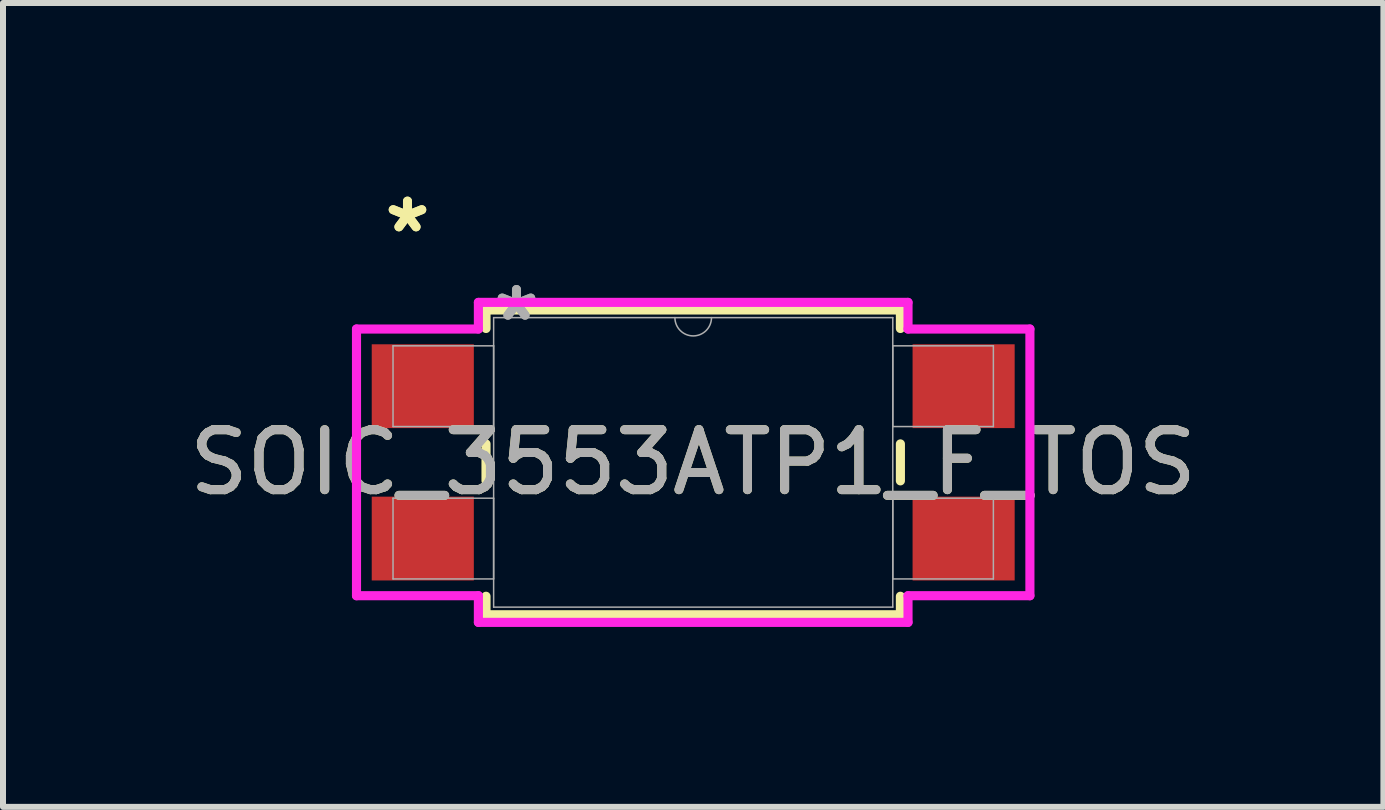
<source format=kicad_pcb>
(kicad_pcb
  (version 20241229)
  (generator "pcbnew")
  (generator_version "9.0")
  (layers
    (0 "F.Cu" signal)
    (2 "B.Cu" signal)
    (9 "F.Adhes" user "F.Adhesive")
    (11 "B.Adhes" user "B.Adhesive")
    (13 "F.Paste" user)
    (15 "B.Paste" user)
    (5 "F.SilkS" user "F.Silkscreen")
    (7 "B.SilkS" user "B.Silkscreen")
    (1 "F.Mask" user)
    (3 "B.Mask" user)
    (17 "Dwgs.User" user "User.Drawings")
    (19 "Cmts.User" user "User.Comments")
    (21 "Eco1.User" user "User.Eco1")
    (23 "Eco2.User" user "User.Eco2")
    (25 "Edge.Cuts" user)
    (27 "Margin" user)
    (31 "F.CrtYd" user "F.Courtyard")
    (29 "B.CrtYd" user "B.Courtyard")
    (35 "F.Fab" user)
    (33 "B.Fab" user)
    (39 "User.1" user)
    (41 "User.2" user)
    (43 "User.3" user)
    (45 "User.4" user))
  (footprint "SOIC_3553ATP1_F_TOS"
    (layer "F.Cu")
    (at 8.506 4.658)
    (property "Reference" "SOIC_3553ATP1_F_TOS" (at 0 0 0) (unlocked yes) (layer "F.SilkS") (effects (font (size 1 1) (thickness 0.15))))
    (attr smd)
    (fp_line (start -3.454 -2.54) (end -3.454 -2.232) (stroke (width 0.152) (type solid)) (layer "F.SilkS"))
    (fp_line (start -3.454 -0.308) (end -3.454 0.308) (stroke (width 0.152) (type solid)) (layer "F.SilkS"))
    (fp_line (start -3.454 2.232) (end -3.454 2.54) (stroke (width 0.152) (type solid)) (layer "F.SilkS"))
    (fp_line (start -3.454 2.54) (end 3.454 2.54) (stroke (width 0.152) (type solid)) (layer "F.SilkS"))
    (fp_line (start 3.454 -2.54) (end -3.454 -2.54) (stroke (width 0.152) (type solid)) (layer "F.SilkS"))
    (fp_line (start 3.454 -2.232) (end 3.454 -2.54) (stroke (width 0.152) (type solid)) (layer "F.SilkS"))
    (fp_line (start 3.454 0.308) (end 3.454 -0.308) (stroke (width 0.152) (type solid)) (layer "F.SilkS"))
    (fp_line (start 3.454 2.54) (end 3.454 2.232) (stroke (width 0.152) (type solid)) (layer "F.SilkS"))
    (fp_line (start -5.613 -2.223) (end -3.581 -2.223) (stroke (width 0.152) (type solid)) (layer "F.CrtYd"))
    (fp_line (start -5.613 2.223) (end -5.613 -2.223) (stroke (width 0.152) (type solid)) (layer "F.CrtYd"))
    (fp_line (start -5.613 2.223) (end -3.581 2.223) (stroke (width 0.152) (type solid)) (layer "F.CrtYd"))
    (fp_line (start -3.581 -2.667) (end 3.581 -2.667) (stroke (width 0.152) (type solid)) (layer "F.CrtYd"))
    (fp_line (start -3.581 -2.223) (end -3.581 -2.667) (stroke (width 0.152) (type solid)) (layer "F.CrtYd"))
    (fp_line (start -3.581 2.667) (end -3.581 2.223) (stroke (width 0.152) (type solid)) (layer "F.CrtYd"))
    (fp_line (start 3.581 -2.667) (end 3.581 -2.223) (stroke (width 0.152) (type solid)) (layer "F.CrtYd"))
    (fp_line (start 3.581 2.223) (end 3.581 2.667) (stroke (width 0.152) (type solid)) (layer "F.CrtYd"))
    (fp_line (start 3.581 2.667) (end -3.581 2.667) (stroke (width 0.152) (type solid)) (layer "F.CrtYd"))
    (fp_line (start 5.613 -2.223) (end 3.581 -2.223) (stroke (width 0.152) (type solid)) (layer "F.CrtYd"))
    (fp_line (start 5.613 -2.223) (end 5.613 2.223) (stroke (width 0.152) (type solid)) (layer "F.CrtYd"))
    (fp_line (start 5.613 2.223) (end 3.581 2.223) (stroke (width 0.152) (type solid)) (layer "F.CrtYd"))
    (fp_line (start -5.004 -1.943) (end -5.004 -0.597) (stroke (width 0.025) (type solid)) (layer "F.Fab"))
    (fp_line (start -5.004 -0.597) (end -3.327 -0.597) (stroke (width 0.025) (type solid)) (layer "F.Fab"))
    (fp_line (start -5.004 0.597) (end -5.004 1.943) (stroke (width 0.025) (type solid)) (layer "F.Fab"))
    (fp_line (start -5.004 1.943) (end -3.327 1.943) (stroke (width 0.025) (type solid)) (layer "F.Fab"))
    (fp_line (start -3.327 -2.413) (end -3.327 2.413) (stroke (width 0.025) (type solid)) (layer "F.Fab"))
    (fp_line (start -3.327 -1.943) (end -5.004 -1.943) (stroke (width 0.025) (type solid)) (layer "F.Fab"))
    (fp_line (start -3.327 -0.597) (end -3.327 -1.943) (stroke (width 0.025) (type solid)) (layer "F.Fab"))
    (fp_line (start -3.327 0.597) (end -5.004 0.597) (stroke (width 0.025) (type solid)) (layer "F.Fab"))
    (fp_line (start -3.327 1.943) (end -3.327 0.597) (stroke (width 0.025) (type solid)) (layer "F.Fab"))
    (fp_line (start -3.327 2.413) (end 3.327 2.413) (stroke (width 0.025) (type solid)) (layer "F.Fab"))
    (fp_line (start 3.327 -2.413) (end -3.327 -2.413) (stroke (width 0.025) (type solid)) (layer "F.Fab"))
    (fp_line (start 3.327 -1.943) (end 3.327 -0.597) (stroke (width 0.025) (type solid)) (layer "F.Fab"))
    (fp_line (start 3.327 -0.597) (end 5.004 -0.597) (stroke (width 0.025) (type solid)) (layer "F.Fab"))
    (fp_line (start 3.327 0.597) (end 3.327 1.943) (stroke (width 0.025) (type solid)) (layer "F.Fab"))
    (fp_line (start 3.327 1.943) (end 5.004 1.943) (stroke (width 0.025) (type solid)) (layer "F.Fab"))
    (fp_line (start 3.327 2.413) (end 3.327 -2.413) (stroke (width 0.025) (type solid)) (layer "F.Fab"))
    (fp_line (start 5.004 -1.943) (end 3.327 -1.943) (stroke (width 0.025) (type solid)) (layer "F.Fab"))
    (fp_line (start 5.004 -0.597) (end 5.004 -1.943) (stroke (width 0.025) (type solid)) (layer "F.Fab"))
    (fp_line (start 5.004 0.597) (end 3.327 0.597) (stroke (width 0.025) (type solid)) (layer "F.Fab"))
    (fp_line (start 5.004 1.943) (end 5.004 0.597) (stroke (width 0.025) (type solid)) (layer "F.Fab"))
    (fp_arc (start 0.3048 -2.413) (mid 0 -2.1082) (end -0.3048 -2.413) (stroke (width 0.0254) (type solid)) (layer "F.Fab"))
    (fp_text user "*" (at -4.763 -3.81 0) (layer "F.SilkS") (effects (font (size 1 1) (thickness 0.15))))
    (fp_text user "*" (at -4.763 -3.81 0) (unlocked yes) (layer "F.SilkS") (effects (font (size 1 1) (thickness 0.15))))
    (fp_text user "*" (at -2.946 -2.337 0) (layer "F.Fab") (effects (font (size 1 1) (thickness 0.15))))
    (fp_text user "${REFERENCE}" (at 0 0 0) (unlocked yes) (layer "F.Fab") (effects (font (size 1 1) (thickness 0.15))))
    (fp_text user "*" (at -2.946 -2.337 0) (unlocked yes) (layer "F.Fab") (effects (font (size 1 1) (thickness 0.15))))
    (pad "1" smd rect (at -4.508 -1.27) (size 1.702 1.397) (layers "F.Cu" "F.Mask" "F.Paste"))
    (pad "2" smd rect (at -4.508 1.27) (size 1.702 1.397) (layers "F.Cu" "F.Mask" "F.Paste"))
    (pad "3" smd rect (at 4.508 1.27) (size 1.702 1.397) (layers "F.Cu" "F.Mask" "F.Paste"))
    (pad "4" smd rect (at 4.508 -1.27) (size 1.702 1.397) (layers "F.Cu" "F.Mask" "F.Paste")))
  (gr_rect
    (start -3 -3)
    (end 20.012 10.401)
    (stroke (width 0.1) (type default))
    (fill no)
    (layer "Edge.Cuts")))
</source>
